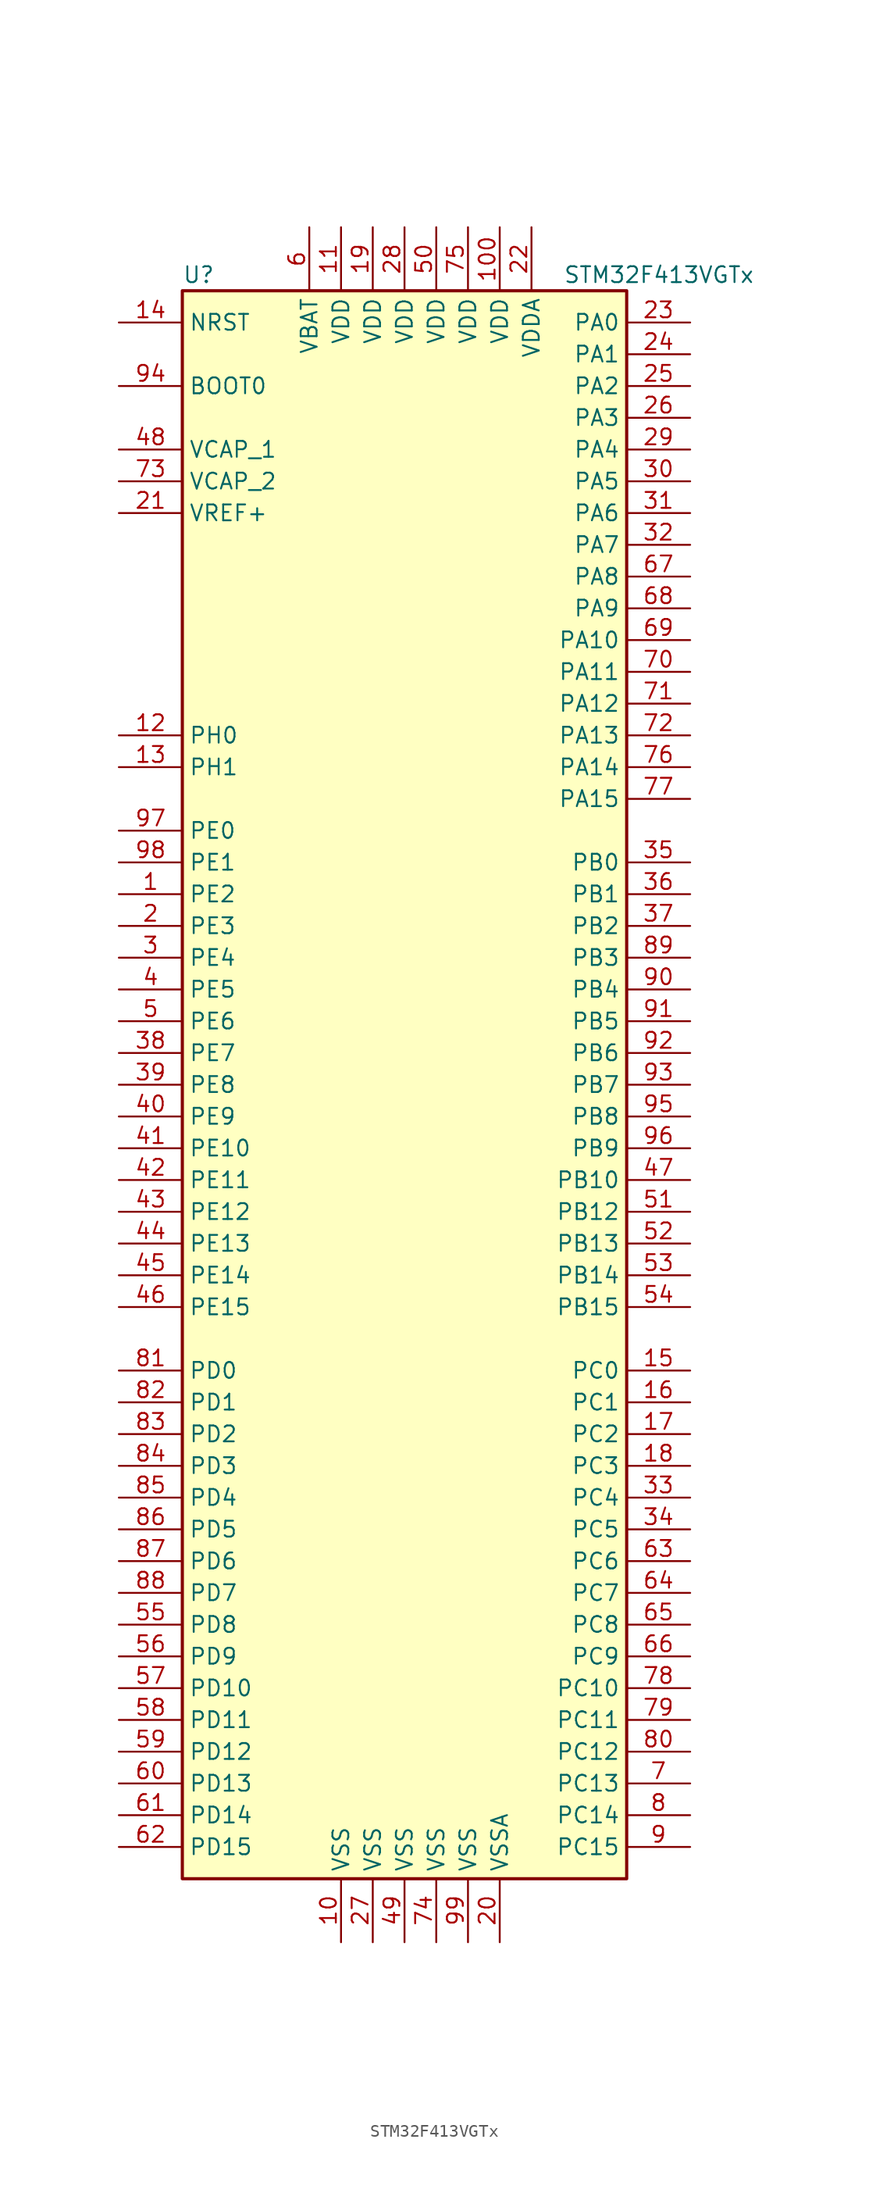
<source format=kicad_sym>
(kicad_symbol_lib
  (version 20211014)
  (generator kicad_symbol_editor)
  (symbol "STM32F413VGTx"
    (property "Reference" "U"
      (at -17.78 64.77 0)
      (effects (font (size 1.27 1.27)) (justify left)))
    (property "Value" "STM32F413VGTx"
      (at 12.7 64.77 0)
      (effects (font (size 1.27 1.27)) (justify left)))
    (symbol "STM32F413VGTx_0_1"
      (rectangle (start -17.78 -63.5) (end 17.78 63.5) (stroke (width 0.254) (type default) (color 0 0 0 0)) (fill (type background))))
    (symbol "STM32F413VGTx_1_1"
      (pin bidirectional line (at -22.86 15.24 0) (length 5.08) (name "PE2" (effects (font (size 1.27 1.27)))) (number "1" (effects (font (size 1.27 1.27)))))
      (pin power_in line (at -5.08 -68.58 90) (length 5.08) (name "VSS" (effects (font (size 1.27 1.27)))) (number "10" (effects (font (size 1.27 1.27)))))
      (pin power_in line (at 7.62 68.58 270) (length 5.08) (name "VDD" (effects (font (size 1.27 1.27)))) (number "100" (effects (font (size 1.27 1.27)))))
      (pin power_in line (at -5.08 68.58 270) (length 5.08) (name "VDD" (effects (font (size 1.27 1.27)))) (number "11" (effects (font (size 1.27 1.27)))))
      (pin input line (at -22.86 27.94 0) (length 5.08) (name "PH0" (effects (font (size 1.27 1.27)))) (number "12" (effects (font (size 1.27 1.27)))))
      (pin input line (at -22.86 25.4 0) (length 5.08) (name "PH1" (effects (font (size 1.27 1.27)))) (number "13" (effects (font (size 1.27 1.27)))))
      (pin input line (at -22.86 60.96 0) (length 5.08) (name "NRST" (effects (font (size 1.27 1.27)))) (number "14" (effects (font (size 1.27 1.27)))))
      (pin bidirectional line (at 22.86 -22.86 180) (length 5.08) (name "PC0" (effects (font (size 1.27 1.27)))) (number "15" (effects (font (size 1.27 1.27)))))
      (pin bidirectional line (at 22.86 -25.4 180) (length 5.08) (name "PC1" (effects (font (size 1.27 1.27)))) (number "16" (effects (font (size 1.27 1.27)))))
      (pin bidirectional line (at 22.86 -27.94 180) (length 5.08) (name "PC2" (effects (font (size 1.27 1.27)))) (number "17" (effects (font (size 1.27 1.27)))))
      (pin bidirectional line (at 22.86 -30.48 180) (length 5.08) (name "PC3" (effects (font (size 1.27 1.27)))) (number "18" (effects (font (size 1.27 1.27)))))
      (pin power_in line (at -2.54 68.58 270) (length 5.08) (name "VDD" (effects (font (size 1.27 1.27)))) (number "19" (effects (font (size 1.27 1.27)))))
      (pin bidirectional line (at -22.86 12.7 0) (length 5.08) (name "PE3" (effects (font (size 1.27 1.27)))) (number "2" (effects (font (size 1.27 1.27)))))
      (pin power_in line (at 7.62 -68.58 90) (length 5.08) (name "VSSA" (effects (font (size 1.27 1.27)))) (number "20" (effects (font (size 1.27 1.27)))))
      (pin power_in line (at -22.86 45.72 0) (length 5.08) (name "VREF+" (effects (font (size 1.27 1.27)))) (number "21" (effects (font (size 1.27 1.27)))))
      (pin power_in line (at 10.16 68.58 270) (length 5.08) (name "VDDA" (effects (font (size 1.27 1.27)))) (number "22" (effects (font (size 1.27 1.27)))))
      (pin bidirectional line (at 22.86 60.96 180) (length 5.08) (name "PA0" (effects (font (size 1.27 1.27)))) (number "23" (effects (font (size 1.27 1.27)))))
      (pin bidirectional line (at 22.86 58.42 180) (length 5.08) (name "PA1" (effects (font (size 1.27 1.27)))) (number "24" (effects (font (size 1.27 1.27)))))
      (pin bidirectional line (at 22.86 55.88 180) (length 5.08) (name "PA2" (effects (font (size 1.27 1.27)))) (number "25" (effects (font (size 1.27 1.27)))))
      (pin bidirectional line (at 22.86 53.34 180) (length 5.08) (name "PA3" (effects (font (size 1.27 1.27)))) (number "26" (effects (font (size 1.27 1.27)))))
      (pin power_in line (at -2.54 -68.58 90) (length 5.08) (name "VSS" (effects (font (size 1.27 1.27)))) (number "27" (effects (font (size 1.27 1.27)))))
      (pin power_in line (at 0 68.58 270) (length 5.08) (name "VDD" (effects (font (size 1.27 1.27)))) (number "28" (effects (font (size 1.27 1.27)))))
      (pin bidirectional line (at 22.86 50.8 180) (length 5.08) (name "PA4" (effects (font (size 1.27 1.27)))) (number "29" (effects (font (size 1.27 1.27)))))
      (pin bidirectional line (at -22.86 10.16 0) (length 5.08) (name "PE4" (effects (font (size 1.27 1.27)))) (number "3" (effects (font (size 1.27 1.27)))))
      (pin bidirectional line (at 22.86 48.26 180) (length 5.08) (name "PA5" (effects (font (size 1.27 1.27)))) (number "30" (effects (font (size 1.27 1.27)))))
      (pin bidirectional line (at 22.86 45.72 180) (length 5.08) (name "PA6" (effects (font (size 1.27 1.27)))) (number "31" (effects (font (size 1.27 1.27)))))
      (pin bidirectional line (at 22.86 43.18 180) (length 5.08) (name "PA7" (effects (font (size 1.27 1.27)))) (number "32" (effects (font (size 1.27 1.27)))))
      (pin bidirectional line (at 22.86 -33.02 180) (length 5.08) (name "PC4" (effects (font (size 1.27 1.27)))) (number "33" (effects (font (size 1.27 1.27)))))
      (pin bidirectional line (at 22.86 -35.56 180) (length 5.08) (name "PC5" (effects (font (size 1.27 1.27)))) (number "34" (effects (font (size 1.27 1.27)))))
      (pin bidirectional line (at 22.86 17.78 180) (length 5.08) (name "PB0" (effects (font (size 1.27 1.27)))) (number "35" (effects (font (size 1.27 1.27)))))
      (pin bidirectional line (at 22.86 15.24 180) (length 5.08) (name "PB1" (effects (font (size 1.27 1.27)))) (number "36" (effects (font (size 1.27 1.27)))))
      (pin bidirectional line (at 22.86 12.7 180) (length 5.08) (name "PB2" (effects (font (size 1.27 1.27)))) (number "37" (effects (font (size 1.27 1.27)))))
      (pin bidirectional line (at -22.86 2.54 0) (length 5.08) (name "PE7" (effects (font (size 1.27 1.27)))) (number "38" (effects (font (size 1.27 1.27)))))
      (pin bidirectional line (at -22.86 0 0) (length 5.08) (name "PE8" (effects (font (size 1.27 1.27)))) (number "39" (effects (font (size 1.27 1.27)))))
      (pin bidirectional line (at -22.86 7.62 0) (length 5.08) (name "PE5" (effects (font (size 1.27 1.27)))) (number "4" (effects (font (size 1.27 1.27)))))
      (pin bidirectional line (at -22.86 -2.54 0) (length 5.08) (name "PE9" (effects (font (size 1.27 1.27)))) (number "40" (effects (font (size 1.27 1.27)))))
      (pin bidirectional line (at -22.86 -5.08 0) (length 5.08) (name "PE10" (effects (font (size 1.27 1.27)))) (number "41" (effects (font (size 1.27 1.27)))))
      (pin bidirectional line (at -22.86 -7.62 0) (length 5.08) (name "PE11" (effects (font (size 1.27 1.27)))) (number "42" (effects (font (size 1.27 1.27)))))
      (pin bidirectional line (at -22.86 -10.16 0) (length 5.08) (name "PE12" (effects (font (size 1.27 1.27)))) (number "43" (effects (font (size 1.27 1.27)))))
      (pin bidirectional line (at -22.86 -12.7 0) (length 5.08) (name "PE13" (effects (font (size 1.27 1.27)))) (number "44" (effects (font (size 1.27 1.27)))))
      (pin bidirectional line (at -22.86 -15.24 0) (length 5.08) (name "PE14" (effects (font (size 1.27 1.27)))) (number "45" (effects (font (size 1.27 1.27)))))
      (pin bidirectional line (at -22.86 -17.78 0) (length 5.08) (name "PE15" (effects (font (size 1.27 1.27)))) (number "46" (effects (font (size 1.27 1.27)))))
      (pin bidirectional line (at 22.86 -7.62 180) (length 5.08) (name "PB10" (effects (font (size 1.27 1.27)))) (number "47" (effects (font (size 1.27 1.27)))))
      (pin power_in line (at -22.86 50.8 0) (length 5.08) (name "VCAP_1" (effects (font (size 1.27 1.27)))) (number "48" (effects (font (size 1.27 1.27)))))
      (pin power_in line (at 0 -68.58 90) (length 5.08) (name "VSS" (effects (font (size 1.27 1.27)))) (number "49" (effects (font (size 1.27 1.27)))))
      (pin bidirectional line (at -22.86 5.08 0) (length 5.08) (name "PE6" (effects (font (size 1.27 1.27)))) (number "5" (effects (font (size 1.27 1.27)))))
      (pin power_in line (at 2.54 68.58 270) (length 5.08) (name "VDD" (effects (font (size 1.27 1.27)))) (number "50" (effects (font (size 1.27 1.27)))))
      (pin bidirectional line (at 22.86 -10.16 180) (length 5.08) (name "PB12" (effects (font (size 1.27 1.27)))) (number "51" (effects (font (size 1.27 1.27)))))
      (pin bidirectional line (at 22.86 -12.7 180) (length 5.08) (name "PB13" (effects (font (size 1.27 1.27)))) (number "52" (effects (font (size 1.27 1.27)))))
      (pin bidirectional line (at 22.86 -15.24 180) (length 5.08) (name "PB14" (effects (font (size 1.27 1.27)))) (number "53" (effects (font (size 1.27 1.27)))))
      (pin bidirectional line (at 22.86 -17.78 180) (length 5.08) (name "PB15" (effects (font (size 1.27 1.27)))) (number "54" (effects (font (size 1.27 1.27)))))
      (pin bidirectional line (at -22.86 -43.18 0) (length 5.08) (name "PD8" (effects (font (size 1.27 1.27)))) (number "55" (effects (font (size 1.27 1.27)))))
      (pin bidirectional line (at -22.86 -45.72 0) (length 5.08) (name "PD9" (effects (font (size 1.27 1.27)))) (number "56" (effects (font (size 1.27 1.27)))))
      (pin bidirectional line (at -22.86 -48.26 0) (length 5.08) (name "PD10" (effects (font (size 1.27 1.27)))) (number "57" (effects (font (size 1.27 1.27)))))
      (pin bidirectional line (at -22.86 -50.8 0) (length 5.08) (name "PD11" (effects (font (size 1.27 1.27)))) (number "58" (effects (font (size 1.27 1.27)))))
      (pin bidirectional line (at -22.86 -53.34 0) (length 5.08) (name "PD12" (effects (font (size 1.27 1.27)))) (number "59" (effects (font (size 1.27 1.27)))))
      (pin power_in line (at -7.62 68.58 270) (length 5.08) (name "VBAT" (effects (font (size 1.27 1.27)))) (number "6" (effects (font (size 1.27 1.27)))))
      (pin bidirectional line (at -22.86 -55.88 0) (length 5.08) (name "PD13" (effects (font (size 1.27 1.27)))) (number "60" (effects (font (size 1.27 1.27)))))
      (pin bidirectional line (at -22.86 -58.42 0) (length 5.08) (name "PD14" (effects (font (size 1.27 1.27)))) (number "61" (effects (font (size 1.27 1.27)))))
      (pin bidirectional line (at -22.86 -60.96 0) (length 5.08) (name "PD15" (effects (font (size 1.27 1.27)))) (number "62" (effects (font (size 1.27 1.27)))))
      (pin bidirectional line (at 22.86 -38.1 180) (length 5.08) (name "PC6" (effects (font (size 1.27 1.27)))) (number "63" (effects (font (size 1.27 1.27)))))
      (pin bidirectional line (at 22.86 -40.64 180) (length 5.08) (name "PC7" (effects (font (size 1.27 1.27)))) (number "64" (effects (font (size 1.27 1.27)))))
      (pin bidirectional line (at 22.86 -43.18 180) (length 5.08) (name "PC8" (effects (font (size 1.27 1.27)))) (number "65" (effects (font (size 1.27 1.27)))))
      (pin bidirectional line (at 22.86 -45.72 180) (length 5.08) (name "PC9" (effects (font (size 1.27 1.27)))) (number "66" (effects (font (size 1.27 1.27)))))
      (pin bidirectional line (at 22.86 40.64 180) (length 5.08) (name "PA8" (effects (font (size 1.27 1.27)))) (number "67" (effects (font (size 1.27 1.27)))))
      (pin bidirectional line (at 22.86 38.1 180) (length 5.08) (name "PA9" (effects (font (size 1.27 1.27)))) (number "68" (effects (font (size 1.27 1.27)))))
      (pin bidirectional line (at 22.86 35.56 180) (length 5.08) (name "PA10" (effects (font (size 1.27 1.27)))) (number "69" (effects (font (size 1.27 1.27)))))
      (pin bidirectional line (at 22.86 -55.88 180) (length 5.08) (name "PC13" (effects (font (size 1.27 1.27)))) (number "7" (effects (font (size 1.27 1.27)))))
      (pin bidirectional line (at 22.86 33.02 180) (length 5.08) (name "PA11" (effects (font (size 1.27 1.27)))) (number "70" (effects (font (size 1.27 1.27)))))
      (pin bidirectional line (at 22.86 30.48 180) (length 5.08) (name "PA12" (effects (font (size 1.27 1.27)))) (number "71" (effects (font (size 1.27 1.27)))))
      (pin bidirectional line (at 22.86 27.94 180) (length 5.08) (name "PA13" (effects (font (size 1.27 1.27)))) (number "72" (effects (font (size 1.27 1.27)))))
      (pin power_in line (at -22.86 48.26 0) (length 5.08) (name "VCAP_2" (effects (font (size 1.27 1.27)))) (number "73" (effects (font (size 1.27 1.27)))))
      (pin power_in line (at 2.54 -68.58 90) (length 5.08) (name "VSS" (effects (font (size 1.27 1.27)))) (number "74" (effects (font (size 1.27 1.27)))))
      (pin power_in line (at 5.08 68.58 270) (length 5.08) (name "VDD" (effects (font (size 1.27 1.27)))) (number "75" (effects (font (size 1.27 1.27)))))
      (pin bidirectional line (at 22.86 25.4 180) (length 5.08) (name "PA14" (effects (font (size 1.27 1.27)))) (number "76" (effects (font (size 1.27 1.27)))))
      (pin bidirectional line (at 22.86 22.86 180) (length 5.08) (name "PA15" (effects (font (size 1.27 1.27)))) (number "77" (effects (font (size 1.27 1.27)))))
      (pin bidirectional line (at 22.86 -48.26 180) (length 5.08) (name "PC10" (effects (font (size 1.27 1.27)))) (number "78" (effects (font (size 1.27 1.27)))))
      (pin bidirectional line (at 22.86 -50.8 180) (length 5.08) (name "PC11" (effects (font (size 1.27 1.27)))) (number "79" (effects (font (size 1.27 1.27)))))
      (pin bidirectional line (at 22.86 -58.42 180) (length 5.08) (name "PC14" (effects (font (size 1.27 1.27)))) (number "8" (effects (font (size 1.27 1.27)))))
      (pin bidirectional line (at 22.86 -53.34 180) (length 5.08) (name "PC12" (effects (font (size 1.27 1.27)))) (number "80" (effects (font (size 1.27 1.27)))))
      (pin bidirectional line (at -22.86 -22.86 0) (length 5.08) (name "PD0" (effects (font (size 1.27 1.27)))) (number "81" (effects (font (size 1.27 1.27)))))
      (pin bidirectional line (at -22.86 -25.4 0) (length 5.08) (name "PD1" (effects (font (size 1.27 1.27)))) (number "82" (effects (font (size 1.27 1.27)))))
      (pin bidirectional line (at -22.86 -27.94 0) (length 5.08) (name "PD2" (effects (font (size 1.27 1.27)))) (number "83" (effects (font (size 1.27 1.27)))))
      (pin bidirectional line (at -22.86 -30.48 0) (length 5.08) (name "PD3" (effects (font (size 1.27 1.27)))) (number "84" (effects (font (size 1.27 1.27)))))
      (pin bidirectional line (at -22.86 -33.02 0) (length 5.08) (name "PD4" (effects (font (size 1.27 1.27)))) (number "85" (effects (font (size 1.27 1.27)))))
      (pin bidirectional line (at -22.86 -35.56 0) (length 5.08) (name "PD5" (effects (font (size 1.27 1.27)))) (number "86" (effects (font (size 1.27 1.27)))))
      (pin bidirectional line (at -22.86 -38.1 0) (length 5.08) (name "PD6" (effects (font (size 1.27 1.27)))) (number "87" (effects (font (size 1.27 1.27)))))
      (pin bidirectional line (at -22.86 -40.64 0) (length 5.08) (name "PD7" (effects (font (size 1.27 1.27)))) (number "88" (effects (font (size 1.27 1.27)))))
      (pin bidirectional line (at 22.86 10.16 180) (length 5.08) (name "PB3" (effects (font (size 1.27 1.27)))) (number "89" (effects (font (size 1.27 1.27)))))
      (pin bidirectional line (at 22.86 -60.96 180) (length 5.08) (name "PC15" (effects (font (size 1.27 1.27)))) (number "9" (effects (font (size 1.27 1.27)))))
      (pin bidirectional line (at 22.86 7.62 180) (length 5.08) (name "PB4" (effects (font (size 1.27 1.27)))) (number "90" (effects (font (size 1.27 1.27)))))
      (pin bidirectional line (at 22.86 5.08 180) (length 5.08) (name "PB5" (effects (font (size 1.27 1.27)))) (number "91" (effects (font (size 1.27 1.27)))))
      (pin bidirectional line (at 22.86 2.54 180) (length 5.08) (name "PB6" (effects (font (size 1.27 1.27)))) (number "92" (effects (font (size 1.27 1.27)))))
      (pin bidirectional line (at 22.86 0 180) (length 5.08) (name "PB7" (effects (font (size 1.27 1.27)))) (number "93" (effects (font (size 1.27 1.27)))))
      (pin input line (at -22.86 55.88 0) (length 5.08) (name "BOOT0" (effects (font (size 1.27 1.27)))) (number "94" (effects (font (size 1.27 1.27)))))
      (pin bidirectional line (at 22.86 -2.54 180) (length 5.08) (name "PB8" (effects (font (size 1.27 1.27)))) (number "95" (effects (font (size 1.27 1.27)))))
      (pin bidirectional line (at 22.86 -5.08 180) (length 5.08) (name "PB9" (effects (font (size 1.27 1.27)))) (number "96" (effects (font (size 1.27 1.27)))))
      (pin bidirectional line (at -22.86 20.32 0) (length 5.08) (name "PE0" (effects (font (size 1.27 1.27)))) (number "97" (effects (font (size 1.27 1.27)))))
      (pin bidirectional line (at -22.86 17.78 0) (length 5.08) (name "PE1" (effects (font (size 1.27 1.27)))) (number "98" (effects (font (size 1.27 1.27)))))
      (pin power_in line (at 5.08 -68.58 90) (length 5.08) (name "VSS" (effects (font (size 1.27 1.27)))) (number "99" (effects (font (size 1.27 1.27))))))))
</source>
